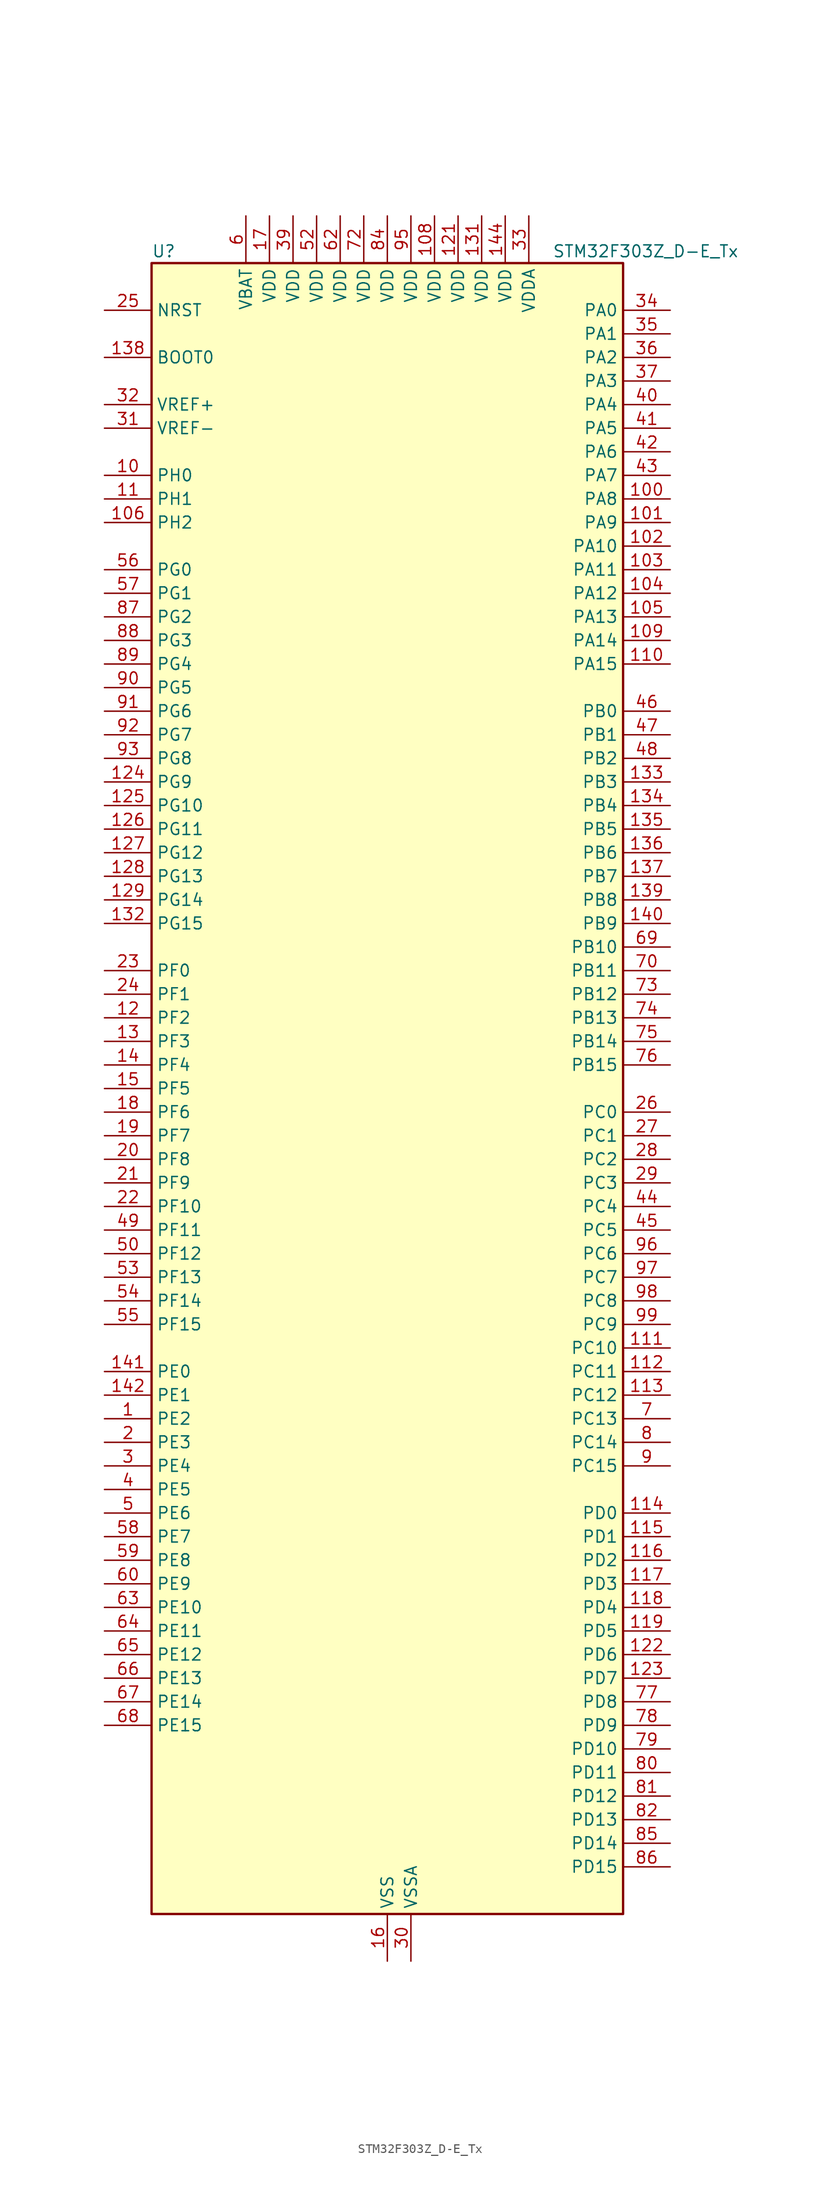
<source format=kicad_sym>
(kicad_symbol_lib
  (version 20241209)
  (generator "kicad_symbol_editor")
  (generator_version "9.0")
  (symbol "STM32F303Z_D-E_Tx"
    (property "Reference" "U"
      (at -25.4 90.17 0)
      (effects (font (size 1.27 1.27)) (justify left)))
    (property "Value" "STM32F303Z_D-E_Tx"
      (at 17.78 90.17 0)
      (effects (font (size 1.27 1.27)) (justify left)))
    (symbol "STM32F303Z_D-E_Tx_0_1"
      (rectangle (start -25.4 -88.9) (end 25.4 88.9) (stroke (width 0.254) (type default)) (fill (type background))))
    (symbol "STM32F303Z_D-E_Tx_1_1"
      (pin input line (at -30.48 83.82 0) (length 5.08) (name "NRST" (effects (font (size 1.27 1.27)))) (number "25" (effects (font (size 1.27 1.27)))))
      (pin input line (at -30.48 78.74 0) (length 5.08) (name "BOOT0" (effects (font (size 1.27 1.27)))) (number "138" (effects (font (size 1.27 1.27)))))
      (pin input line (at -30.48 73.66 0) (length 5.08) (name "VREF+" (effects (font (size 1.27 1.27)))) (number "32" (effects (font (size 1.27 1.27)))))
      (pin input line (at -30.48 71.12 0) (length 5.08) (name "VREF-" (effects (font (size 1.27 1.27)))) (number "31" (effects (font (size 1.27 1.27)))))
      (pin bidirectional line (at -30.48 66.04 0) (length 5.08) (name "PH0" (effects (font (size 1.27 1.27)))) (number "10" (effects (font (size 1.27 1.27)))) (alternate "FMC_A0" bidirectional line) (alternate "TIM20_CH1" bidirectional line))
      (pin bidirectional line (at -30.48 63.5 0) (length 5.08) (name "PH1" (effects (font (size 1.27 1.27)))) (number "11" (effects (font (size 1.27 1.27)))) (alternate "FMC_A1" bidirectional line) (alternate "TIM20_CH2" bidirectional line))
      (pin bidirectional line (at -30.48 60.96 0) (length 5.08) (name "PH2" (effects (font (size 1.27 1.27)))) (number "106" (effects (font (size 1.27 1.27)))) (alternate "ADC3_EXTI2" bidirectional line) (alternate "ADC4_EXTI2" bidirectional line))
      (pin bidirectional line (at -30.48 55.88 0) (length 5.08) (name "PG0" (effects (font (size 1.27 1.27)))) (number "56" (effects (font (size 1.27 1.27)))) (alternate "FMC_A10" bidirectional line) (alternate "TIM20_CH1N" bidirectional line))
      (pin bidirectional line (at -30.48 53.34 0) (length 5.08) (name "PG1" (effects (font (size 1.27 1.27)))) (number "57" (effects (font (size 1.27 1.27)))) (alternate "FMC_A11" bidirectional line) (alternate "TIM20_CH2N" bidirectional line))
      (pin bidirectional line (at -30.48 50.8 0) (length 5.08) (name "PG2" (effects (font (size 1.27 1.27)))) (number "87" (effects (font (size 1.27 1.27)))) (alternate "ADC3_EXTI2" bidirectional line) (alternate "ADC4_EXTI2" bidirectional line) (alternate "FMC_A12" bidirectional line) (alternate "TIM20_CH3N" bidirectional line))
      (pin bidirectional line (at -30.48 48.26 0) (length 5.08) (name "PG3" (effects (font (size 1.27 1.27)))) (number "88" (effects (font (size 1.27 1.27)))) (alternate "FMC_A13" bidirectional line) (alternate "TIM20_BKIN" bidirectional line))
      (pin bidirectional line (at -30.48 45.72 0) (length 5.08) (name "PG4" (effects (font (size 1.27 1.27)))) (number "89" (effects (font (size 1.27 1.27)))) (alternate "FMC_A14" bidirectional line) (alternate "TIM20_BKIN2" bidirectional line))
      (pin bidirectional line (at -30.48 43.18 0) (length 5.08) (name "PG5" (effects (font (size 1.27 1.27)))) (number "90" (effects (font (size 1.27 1.27)))) (alternate "FMC_A15" bidirectional line) (alternate "TIM20_ETR" bidirectional line))
      (pin bidirectional line (at -30.48 40.64 0) (length 5.08) (name "PG6" (effects (font (size 1.27 1.27)))) (number "91" (effects (font (size 1.27 1.27)))) (alternate "FMC_INT2" bidirectional line))
      (pin bidirectional line (at -30.48 38.1 0) (length 5.08) (name "PG7" (effects (font (size 1.27 1.27)))) (number "92" (effects (font (size 1.27 1.27)))) (alternate "FMC_INT3" bidirectional line))
      (pin bidirectional line (at -30.48 35.56 0) (length 5.08) (name "PG8" (effects (font (size 1.27 1.27)))) (number "93" (effects (font (size 1.27 1.27)))))
      (pin bidirectional line (at -30.48 33.02 0) (length 5.08) (name "PG9" (effects (font (size 1.27 1.27)))) (number "124" (effects (font (size 1.27 1.27)))) (alternate "DAC1_EXTI9" bidirectional line) (alternate "FMC_NCE3" bidirectional line) (alternate "FMC_NE2" bidirectional line))
      (pin bidirectional line (at -30.48 30.48 0) (length 5.08) (name "PG10" (effects (font (size 1.27 1.27)))) (number "125" (effects (font (size 1.27 1.27)))) (alternate "FMC_NCE4_1" bidirectional line) (alternate "FMC_NE3" bidirectional line))
      (pin bidirectional line (at -30.48 27.94 0) (length 5.08) (name "PG11" (effects (font (size 1.27 1.27)))) (number "126" (effects (font (size 1.27 1.27)))) (alternate "ADC1_EXTI11" bidirectional line) (alternate "ADC2_EXTI11" bidirectional line) (alternate "FMC_NCE4_2" bidirectional line))
      (pin bidirectional line (at -30.48 25.4 0) (length 5.08) (name "PG12" (effects (font (size 1.27 1.27)))) (number "127" (effects (font (size 1.27 1.27)))) (alternate "FMC_NE4" bidirectional line))
      (pin bidirectional line (at -30.48 22.86 0) (length 5.08) (name "PG13" (effects (font (size 1.27 1.27)))) (number "128" (effects (font (size 1.27 1.27)))) (alternate "FMC_A24" bidirectional line))
      (pin bidirectional line (at -30.48 20.32 0) (length 5.08) (name "PG14" (effects (font (size 1.27 1.27)))) (number "129" (effects (font (size 1.27 1.27)))) (alternate "FMC_A25" bidirectional line))
      (pin bidirectional line (at -30.48 17.78 0) (length 5.08) (name "PG15" (effects (font (size 1.27 1.27)))) (number "132" (effects (font (size 1.27 1.27)))) (alternate "ADC1_EXTI15" bidirectional line) (alternate "ADC2_EXTI15" bidirectional line) (alternate "ADC3_EXTI15" bidirectional line) (alternate "ADC4_EXTI15" bidirectional line))
      (pin bidirectional line (at -30.48 12.7 0) (length 5.08) (name "PF0" (effects (font (size 1.27 1.27)))) (number "23" (effects (font (size 1.27 1.27)))) (alternate "I2C2_SDA" bidirectional line) (alternate "I2S2_WS" bidirectional line) (alternate "RCC_OSC_IN" bidirectional line) (alternate "SPI2_NSS" bidirectional line) (alternate "TIM1_CH3N" bidirectional line))
      (pin bidirectional line (at -30.48 10.16 0) (length 5.08) (name "PF1" (effects (font (size 1.27 1.27)))) (number "24" (effects (font (size 1.27 1.27)))) (alternate "I2C2_SCL" bidirectional line) (alternate "I2S2_CK" bidirectional line) (alternate "RCC_OSC_OUT" bidirectional line) (alternate "SPI2_SCK" bidirectional line))
      (pin bidirectional line (at -30.48 7.62 0) (length 5.08) (name "PF2" (effects (font (size 1.27 1.27)))) (number "12" (effects (font (size 1.27 1.27)))) (alternate "ADC1_IN10" bidirectional line) (alternate "ADC2_IN10" bidirectional line) (alternate "ADC3_EXTI2" bidirectional line) (alternate "ADC4_EXTI2" bidirectional line) (alternate "FMC_A2" bidirectional line) (alternate "TIM20_CH3" bidirectional line))
      (pin bidirectional line (at -30.48 5.08 0) (length 5.08) (name "PF3" (effects (font (size 1.27 1.27)))) (number "13" (effects (font (size 1.27 1.27)))) (alternate "FMC_A3" bidirectional line) (alternate "TIM20_CH4" bidirectional line))
      (pin bidirectional line (at -30.48 2.54 0) (length 5.08) (name "PF4" (effects (font (size 1.27 1.27)))) (number "14" (effects (font (size 1.27 1.27)))) (alternate "ADC1_IN5" bidirectional line) (alternate "COMP1_OUT" bidirectional line) (alternate "FMC_A4" bidirectional line) (alternate "TIM20_CH1N" bidirectional line))
      (pin bidirectional line (at -30.48 0 0) (length 5.08) (name "PF5" (effects (font (size 1.27 1.27)))) (number "15" (effects (font (size 1.27 1.27)))) (alternate "FMC_A5" bidirectional line) (alternate "TIM20_CH2N" bidirectional line))
      (pin bidirectional line (at -30.48 -2.54 0) (length 5.08) (name "PF6" (effects (font (size 1.27 1.27)))) (number "18" (effects (font (size 1.27 1.27)))) (alternate "FMC_NIORD" bidirectional line) (alternate "I2C2_SCL" bidirectional line) (alternate "TIM4_CH4" bidirectional line) (alternate "USART3_DE" bidirectional line) (alternate "USART3_RTS" bidirectional line))
      (pin bidirectional line (at -30.48 -5.08 0) (length 5.08) (name "PF7" (effects (font (size 1.27 1.27)))) (number "19" (effects (font (size 1.27 1.27)))) (alternate "FMC_NREG" bidirectional line) (alternate "TIM20_BKIN" bidirectional line))
      (pin bidirectional line (at -30.48 -7.62 0) (length 5.08) (name "PF8" (effects (font (size 1.27 1.27)))) (number "20" (effects (font (size 1.27 1.27)))) (alternate "FMC_NIOWR" bidirectional line) (alternate "TIM20_BKIN2" bidirectional line))
      (pin bidirectional line (at -30.48 -10.16 0) (length 5.08) (name "PF9" (effects (font (size 1.27 1.27)))) (number "21" (effects (font (size 1.27 1.27)))) (alternate "DAC1_EXTI9" bidirectional line) (alternate "FMC_CD" bidirectional line) (alternate "SPI2_SCK" bidirectional line) (alternate "TIM15_CH1" bidirectional line) (alternate "TIM20_BKIN" bidirectional line))
      (pin bidirectional line (at -30.48 -12.7 0) (length 5.08) (name "PF10" (effects (font (size 1.27 1.27)))) (number "22" (effects (font (size 1.27 1.27)))) (alternate "FMC_INTR" bidirectional line) (alternate "SPI2_SCK" bidirectional line) (alternate "TIM15_CH2" bidirectional line) (alternate "TIM20_BKIN2" bidirectional line))
      (pin bidirectional line (at -30.48 -15.24 0) (length 5.08) (name "PF11" (effects (font (size 1.27 1.27)))) (number "49" (effects (font (size 1.27 1.27)))) (alternate "ADC1_EXTI11" bidirectional line) (alternate "ADC2_EXTI11" bidirectional line) (alternate "TIM20_ETR" bidirectional line))
      (pin bidirectional line (at -30.48 -17.78 0) (length 5.08) (name "PF12" (effects (font (size 1.27 1.27)))) (number "50" (effects (font (size 1.27 1.27)))) (alternate "FMC_A6" bidirectional line) (alternate "TIM20_CH1" bidirectional line))
      (pin bidirectional line (at -30.48 -20.32 0) (length 5.08) (name "PF13" (effects (font (size 1.27 1.27)))) (number "53" (effects (font (size 1.27 1.27)))) (alternate "FMC_A7" bidirectional line) (alternate "TIM20_CH2" bidirectional line))
      (pin bidirectional line (at -30.48 -22.86 0) (length 5.08) (name "PF14" (effects (font (size 1.27 1.27)))) (number "54" (effects (font (size 1.27 1.27)))) (alternate "FMC_A8" bidirectional line) (alternate "TIM20_CH3" bidirectional line))
      (pin bidirectional line (at -30.48 -25.4 0) (length 5.08) (name "PF15" (effects (font (size 1.27 1.27)))) (number "55" (effects (font (size 1.27 1.27)))) (alternate "ADC1_EXTI15" bidirectional line) (alternate "ADC2_EXTI15" bidirectional line) (alternate "ADC3_EXTI15" bidirectional line) (alternate "ADC4_EXTI15" bidirectional line) (alternate "FMC_A9" bidirectional line) (alternate "TIM20_CH4" bidirectional line))
      (pin bidirectional line (at -30.48 -30.48 0) (length 5.08) (name "PE0" (effects (font (size 1.27 1.27)))) (number "141" (effects (font (size 1.27 1.27)))) (alternate "FMC_NBL0" bidirectional line) (alternate "TIM16_CH1" bidirectional line) (alternate "TIM20_ETR" bidirectional line) (alternate "TIM4_ETR" bidirectional line) (alternate "USART1_TX" bidirectional line))
      (pin bidirectional line (at -30.48 -33.02 0) (length 5.08) (name "PE1" (effects (font (size 1.27 1.27)))) (number "142" (effects (font (size 1.27 1.27)))) (alternate "FMC_NBL1" bidirectional line) (alternate "TIM17_CH1" bidirectional line) (alternate "TIM20_CH4" bidirectional line) (alternate "USART1_RX" bidirectional line))
      (pin bidirectional line (at -30.48 -35.56 0) (length 5.08) (name "PE2" (effects (font (size 1.27 1.27)))) (number "1" (effects (font (size 1.27 1.27)))) (alternate "ADC3_EXTI2" bidirectional line) (alternate "ADC4_EXTI2" bidirectional line) (alternate "FMC_A23" bidirectional line) (alternate "SPI4_SCK" bidirectional line) (alternate "SYS_TRACECK" bidirectional line) (alternate "TIM20_CH1" bidirectional line) (alternate "TIM3_CH1" bidirectional line) (alternate "TSC_G7_IO1" bidirectional line))
      (pin bidirectional line (at -30.48 -38.1 0) (length 5.08) (name "PE3" (effects (font (size 1.27 1.27)))) (number "2" (effects (font (size 1.27 1.27)))) (alternate "FMC_A19" bidirectional line) (alternate "SPI4_NSS" bidirectional line) (alternate "SYS_TRACED0" bidirectional line) (alternate "TIM20_CH2" bidirectional line) (alternate "TIM3_CH2" bidirectional line) (alternate "TSC_G7_IO2" bidirectional line))
      (pin bidirectional line (at -30.48 -40.64 0) (length 5.08) (name "PE4" (effects (font (size 1.27 1.27)))) (number "3" (effects (font (size 1.27 1.27)))) (alternate "FMC_A20" bidirectional line) (alternate "SPI4_NSS" bidirectional line) (alternate "SYS_TRACED1" bidirectional line) (alternate "TIM20_CH1N" bidirectional line) (alternate "TIM3_CH3" bidirectional line) (alternate "TSC_G7_IO3" bidirectional line))
      (pin bidirectional line (at -30.48 -43.18 0) (length 5.08) (name "PE5" (effects (font (size 1.27 1.27)))) (number "4" (effects (font (size 1.27 1.27)))) (alternate "FMC_A21" bidirectional line) (alternate "SPI4_MISO" bidirectional line) (alternate "SYS_TRACED2" bidirectional line) (alternate "TIM20_CH2N" bidirectional line) (alternate "TIM3_CH4" bidirectional line) (alternate "TSC_G7_IO4" bidirectional line))
      (pin bidirectional line (at -30.48 -45.72 0) (length 5.08) (name "PE6" (effects (font (size 1.27 1.27)))) (number "5" (effects (font (size 1.27 1.27)))) (alternate "FMC_A22" bidirectional line) (alternate "RTC_TAMP3" bidirectional line) (alternate "SPI4_MOSI" bidirectional line) (alternate "SYS_TRACED3" bidirectional line) (alternate "SYS_WKUP3" bidirectional line) (alternate "TIM20_CH3N" bidirectional line))
      (pin bidirectional line (at -30.48 -48.26 0) (length 5.08) (name "PE7" (effects (font (size 1.27 1.27)))) (number "58" (effects (font (size 1.27 1.27)))) (alternate "ADC3_IN13" bidirectional line) (alternate "FMC_D4" bidirectional line) (alternate "FMC_DA4" bidirectional line) (alternate "TIM1_ETR" bidirectional line))
      (pin bidirectional line (at -30.48 -50.8 0) (length 5.08) (name "PE8" (effects (font (size 1.27 1.27)))) (number "59" (effects (font (size 1.27 1.27)))) (alternate "ADC3_IN6" bidirectional line) (alternate "ADC4_IN6" bidirectional line) (alternate "COMP4_INM" bidirectional line) (alternate "FMC_D5" bidirectional line) (alternate "FMC_DA5" bidirectional line) (alternate "TIM1_CH1N" bidirectional line))
      (pin bidirectional line (at -30.48 -53.34 0) (length 5.08) (name "PE9" (effects (font (size 1.27 1.27)))) (number "60" (effects (font (size 1.27 1.27)))) (alternate "ADC3_IN2" bidirectional line) (alternate "DAC1_EXTI9" bidirectional line) (alternate "FMC_D6" bidirectional line) (alternate "FMC_DA6" bidirectional line) (alternate "TIM1_CH1" bidirectional line))
      (pin bidirectional line (at -30.48 -55.88 0) (length 5.08) (name "PE10" (effects (font (size 1.27 1.27)))) (number "63" (effects (font (size 1.27 1.27)))) (alternate "ADC3_IN14" bidirectional line) (alternate "FMC_D7" bidirectional line) (alternate "FMC_DA7" bidirectional line) (alternate "TIM1_CH2N" bidirectional line))
      (pin bidirectional line (at -30.48 -58.42 0) (length 5.08) (name "PE11" (effects (font (size 1.27 1.27)))) (number "64" (effects (font (size 1.27 1.27)))) (alternate "ADC1_EXTI11" bidirectional line) (alternate "ADC2_EXTI11" bidirectional line) (alternate "ADC3_IN15" bidirectional line) (alternate "FMC_D8" bidirectional line) (alternate "FMC_DA8" bidirectional line) (alternate "SPI4_NSS" bidirectional line) (alternate "TIM1_CH2" bidirectional line))
      (pin bidirectional line (at -30.48 -60.96 0) (length 5.08) (name "PE12" (effects (font (size 1.27 1.27)))) (number "65" (effects (font (size 1.27 1.27)))) (alternate "ADC3_IN16" bidirectional line) (alternate "FMC_D9" bidirectional line) (alternate "FMC_DA9" bidirectional line) (alternate "SPI4_SCK" bidirectional line) (alternate "TIM1_CH3N" bidirectional line))
      (pin bidirectional line (at -30.48 -63.5 0) (length 5.08) (name "PE13" (effects (font (size 1.27 1.27)))) (number "66" (effects (font (size 1.27 1.27)))) (alternate "ADC3_IN3" bidirectional line) (alternate "FMC_D10" bidirectional line) (alternate "FMC_DA10" bidirectional line) (alternate "SPI4_MISO" bidirectional line) (alternate "TIM1_CH3" bidirectional line))
      (pin bidirectional line (at -30.48 -66.04 0) (length 5.08) (name "PE14" (effects (font (size 1.27 1.27)))) (number "67" (effects (font (size 1.27 1.27)))) (alternate "ADC4_IN1" bidirectional line) (alternate "FMC_D11" bidirectional line) (alternate "FMC_DA11" bidirectional line) (alternate "SPI4_MOSI" bidirectional line) (alternate "TIM1_BKIN2" bidirectional line) (alternate "TIM1_CH4" bidirectional line))
      (pin bidirectional line (at -30.48 -68.58 0) (length 5.08) (name "PE15" (effects (font (size 1.27 1.27)))) (number "68" (effects (font (size 1.27 1.27)))) (alternate "ADC1_EXTI15" bidirectional line) (alternate "ADC2_EXTI15" bidirectional line) (alternate "ADC3_EXTI15" bidirectional line) (alternate "ADC4_EXTI15" bidirectional line) (alternate "ADC4_IN2" bidirectional line) (alternate "FMC_D12" bidirectional line) (alternate "FMC_DA12" bidirectional line) (alternate "TIM1_BKIN" bidirectional line) (alternate "USART3_RX" bidirectional line))
      (pin power_in line (at -15.24 93.98 270) (length 5.08) (name "VBAT" (effects (font (size 1.27 1.27)))) (number "6" (effects (font (size 1.27 1.27)))))
      (pin power_in line (at -12.7 93.98 270) (length 5.08) (name "VDD" (effects (font (size 1.27 1.27)))) (number "17" (effects (font (size 1.27 1.27)))))
      (pin power_in line (at -10.16 93.98 270) (length 5.08) (name "VDD" (effects (font (size 1.27 1.27)))) (number "39" (effects (font (size 1.27 1.27)))))
      (pin power_in line (at -7.62 93.98 270) (length 5.08) (name "VDD" (effects (font (size 1.27 1.27)))) (number "52" (effects (font (size 1.27 1.27)))))
      (pin power_in line (at -5.08 93.98 270) (length 5.08) (name "VDD" (effects (font (size 1.27 1.27)))) (number "62" (effects (font (size 1.27 1.27)))))
      (pin power_in line (at -2.54 93.98 270) (length 5.08) (name "VDD" (effects (font (size 1.27 1.27)))) (number "72" (effects (font (size 1.27 1.27)))))
      (pin power_in line (at 0 93.98 270) (length 5.08) (name "VDD" (effects (font (size 1.27 1.27)))) (number "84" (effects (font (size 1.27 1.27)))))
      (pin passive line (at 0 -93.98 90) (length 5.08) (hide yes) (name "VSS" (effects (font (size 1.27 1.27)))) (number "107" (effects (font (size 1.27 1.27)))))
      (pin passive line (at 0 -93.98 90) (length 5.08) (hide yes) (name "VSS" (effects (font (size 1.27 1.27)))) (number "120" (effects (font (size 1.27 1.27)))))
      (pin passive line (at 0 -93.98 90) (length 5.08) (hide yes) (name "VSS" (effects (font (size 1.27 1.27)))) (number "130" (effects (font (size 1.27 1.27)))))
      (pin passive line (at 0 -93.98 90) (length 5.08) (hide yes) (name "VSS" (effects (font (size 1.27 1.27)))) (number "143" (effects (font (size 1.27 1.27)))))
      (pin power_in line (at 0 -93.98 90) (length 5.08) (name "VSS" (effects (font (size 1.27 1.27)))) (number "16" (effects (font (size 1.27 1.27)))))
      (pin passive line (at 0 -93.98 90) (length 5.08) (hide yes) (name "VSS" (effects (font (size 1.27 1.27)))) (number "38" (effects (font (size 1.27 1.27)))))
      (pin passive line (at 0 -93.98 90) (length 5.08) (hide yes) (name "VSS" (effects (font (size 1.27 1.27)))) (number "51" (effects (font (size 1.27 1.27)))))
      (pin passive line (at 0 -93.98 90) (length 5.08) (hide yes) (name "VSS" (effects (font (size 1.27 1.27)))) (number "61" (effects (font (size 1.27 1.27)))))
      (pin passive line (at 0 -93.98 90) (length 5.08) (hide yes) (name "VSS" (effects (font (size 1.27 1.27)))) (number "71" (effects (font (size 1.27 1.27)))))
      (pin passive line (at 0 -93.98 90) (length 5.08) (hide yes) (name "VSS" (effects (font (size 1.27 1.27)))) (number "83" (effects (font (size 1.27 1.27)))))
      (pin passive line (at 0 -93.98 90) (length 5.08) (hide yes) (name "VSS" (effects (font (size 1.27 1.27)))) (number "94" (effects (font (size 1.27 1.27)))))
      (pin power_in line (at 2.54 93.98 270) (length 5.08) (name "VDD" (effects (font (size 1.27 1.27)))) (number "95" (effects (font (size 1.27 1.27)))))
      (pin power_in line (at 2.54 -93.98 90) (length 5.08) (name "VSSA" (effects (font (size 1.27 1.27)))) (number "30" (effects (font (size 1.27 1.27)))))
      (pin power_in line (at 5.08 93.98 270) (length 5.08) (name "VDD" (effects (font (size 1.27 1.27)))) (number "108" (effects (font (size 1.27 1.27)))))
      (pin power_in line (at 7.62 93.98 270) (length 5.08) (name "VDD" (effects (font (size 1.27 1.27)))) (number "121" (effects (font (size 1.27 1.27)))))
      (pin power_in line (at 10.16 93.98 270) (length 5.08) (name "VDD" (effects (font (size 1.27 1.27)))) (number "131" (effects (font (size 1.27 1.27)))))
      (pin power_in line (at 12.7 93.98 270) (length 5.08) (name "VDD" (effects (font (size 1.27 1.27)))) (number "144" (effects (font (size 1.27 1.27)))))
      (pin power_in line (at 15.24 93.98 270) (length 5.08) (name "VDDA" (effects (font (size 1.27 1.27)))) (number "33" (effects (font (size 1.27 1.27)))))
      (pin bidirectional line (at 30.48 83.82 180) (length 5.08) (name "PA0" (effects (font (size 1.27 1.27)))) (number "34" (effects (font (size 1.27 1.27)))) (alternate "ADC1_IN1" bidirectional line) (alternate "COMP1_INM" bidirectional line) (alternate "COMP1_OUT" bidirectional line) (alternate "RTC_TAMP2" bidirectional line) (alternate "SYS_WKUP1" bidirectional line) (alternate "TIM2_CH1" bidirectional line) (alternate "TIM2_ETR" bidirectional line) (alternate "TIM8_BKIN" bidirectional line) (alternate "TIM8_ETR" bidirectional line) (alternate "TSC_G1_IO1" bidirectional line) (alternate "USART2_CTS" bidirectional line))
      (pin bidirectional line (at 30.48 81.28 180) (length 5.08) (name "PA1" (effects (font (size 1.27 1.27)))) (number "35" (effects (font (size 1.27 1.27)))) (alternate "ADC1_IN2" bidirectional line) (alternate "COMP1_INP" bidirectional line) (alternate "OPAMP1_VINP" bidirectional line) (alternate "OPAMP1_VINP_SEC" bidirectional line) (alternate "OPAMP3_VINP" bidirectional line) (alternate "OPAMP3_VINP_SEC" bidirectional line) (alternate "RTC_REFIN" bidirectional line) (alternate "TIM15_CH1N" bidirectional line) (alternate "TIM2_CH2" bidirectional line) (alternate "TSC_G1_IO2" bidirectional line) (alternate "USART2_DE" bidirectional line) (alternate "USART2_RTS" bidirectional line))
      (pin bidirectional line (at 30.48 78.74 180) (length 5.08) (name "PA2" (effects (font (size 1.27 1.27)))) (number "36" (effects (font (size 1.27 1.27)))) (alternate "ADC1_IN3" bidirectional line) (alternate "ADC3_EXTI2" bidirectional line) (alternate "ADC4_EXTI2" bidirectional line) (alternate "COMP2_INM" bidirectional line) (alternate "COMP2_OUT" bidirectional line) (alternate "OPAMP1_VOUT" bidirectional line) (alternate "TIM15_CH1" bidirectional line) (alternate "TIM2_CH3" bidirectional line) (alternate "TSC_G1_IO3" bidirectional line) (alternate "USART2_TX" bidirectional line))
      (pin bidirectional line (at 30.48 76.2 180) (length 5.08) (name "PA3" (effects (font (size 1.27 1.27)))) (number "37" (effects (font (size 1.27 1.27)))) (alternate "ADC1_IN4" bidirectional line) (alternate "OPAMP1_VINM" bidirectional line) (alternate "OPAMP1_VINM_SEC" bidirectional line) (alternate "OPAMP1_VINP" bidirectional line) (alternate "OPAMP1_VINP_SEC" bidirectional line) (alternate "TIM15_CH2" bidirectional line) (alternate "TIM2_CH4" bidirectional line) (alternate "TSC_G1_IO4" bidirectional line) (alternate "USART2_RX" bidirectional line))
      (pin bidirectional line (at 30.48 73.66 180) (length 5.08) (name "PA4" (effects (font (size 1.27 1.27)))) (number "40" (effects (font (size 1.27 1.27)))) (alternate "ADC2_IN1" bidirectional line) (alternate "COMP1_INM" bidirectional line) (alternate "COMP2_INM" bidirectional line) (alternate "COMP3_INM" bidirectional line) (alternate "COMP4_INM" bidirectional line) (alternate "COMP5_INM" bidirectional line) (alternate "COMP6_INM" bidirectional line) (alternate "COMP7_INM" bidirectional line) (alternate "DAC1_OUT1" bidirectional line) (alternate "I2S3_WS" bidirectional line) (alternate "OPAMP4_VINP" bidirectional line) (alternate "OPAMP4_VINP_SEC" bidirectional line) (alternate "SPI1_NSS" bidirectional line) (alternate "SPI3_NSS" bidirectional line) (alternate "TIM3_CH2" bidirectional line) (alternate "TSC_G2_IO1" bidirectional line) (alternate "USART2_CK" bidirectional line))
      (pin bidirectional line (at 30.48 71.12 180) (length 5.08) (name "PA5" (effects (font (size 1.27 1.27)))) (number "41" (effects (font (size 1.27 1.27)))) (alternate "ADC2_IN2" bidirectional line) (alternate "COMP1_INM" bidirectional line) (alternate "COMP2_INM" bidirectional line) (alternate "COMP3_INM" bidirectional line) (alternate "COMP4_INM" bidirectional line) (alternate "COMP5_INM" bidirectional line) (alternate "COMP6_INM" bidirectional line) (alternate "COMP7_INM" bidirectional line) (alternate "DAC1_OUT2" bidirectional line) (alternate "OPAMP1_VINP" bidirectional line) (alternate "OPAMP1_VINP_SEC" bidirectional line) (alternate "OPAMP2_VINM" bidirectional line) (alternate "OPAMP2_VINM_SEC" bidirectional line) (alternate "OPAMP3_VINP" bidirectional line) (alternate "OPAMP3_VINP_SEC" bidirectional line) (alternate "SPI1_SCK" bidirectional line) (alternate "TIM2_CH1" bidirectional line) (alternate "TIM2_ETR" bidirectional line) (alternate "TSC_G2_IO2" bidirectional line))
      (pin bidirectional line (at 30.48 68.58 180) (length 5.08) (name "PA6" (effects (font (size 1.27 1.27)))) (number "42" (effects (font (size 1.27 1.27)))) (alternate "ADC2_IN3" bidirectional line) (alternate "COMP1_OUT" bidirectional line) (alternate "OPAMP2_VOUT" bidirectional line) (alternate "SPI1_MISO" bidirectional line) (alternate "TIM16_CH1" bidirectional line) (alternate "TIM1_BKIN" bidirectional line) (alternate "TIM3_CH1" bidirectional line) (alternate "TIM8_BKIN" bidirectional line) (alternate "TSC_G2_IO3" bidirectional line))
      (pin bidirectional line (at 30.48 66.04 180) (length 5.08) (name "PA7" (effects (font (size 1.27 1.27)))) (number "43" (effects (font (size 1.27 1.27)))) (alternate "ADC2_IN4" bidirectional line) (alternate "COMP2_INP" bidirectional line) (alternate "OPAMP1_VINP" bidirectional line) (alternate "OPAMP1_VINP_SEC" bidirectional line) (alternate "OPAMP2_VINP" bidirectional line) (alternate "OPAMP2_VINP_SEC" bidirectional line) (alternate "SPI1_MOSI" bidirectional line) (alternate "TIM17_CH1" bidirectional line) (alternate "TIM1_CH1N" bidirectional line) (alternate "TIM3_CH2" bidirectional line) (alternate "TIM8_CH1N" bidirectional line) (alternate "TSC_G2_IO4" bidirectional line))
      (pin bidirectional line (at 30.48 63.5 180) (length 5.08) (name "PA8" (effects (font (size 1.27 1.27)))) (number "100" (effects (font (size 1.27 1.27)))) (alternate "COMP3_OUT" bidirectional line) (alternate "I2C2_SMBA" bidirectional line) (alternate "I2C3_SCL" bidirectional line) (alternate "I2S2_MCK" bidirectional line) (alternate "RCC_MCO" bidirectional line) (alternate "TIM1_CH1" bidirectional line) (alternate "TIM4_ETR" bidirectional line) (alternate "USART1_CK" bidirectional line))
      (pin bidirectional line (at 30.48 60.96 180) (length 5.08) (name "PA9" (effects (font (size 1.27 1.27)))) (number "101" (effects (font (size 1.27 1.27)))) (alternate "COMP5_OUT" bidirectional line) (alternate "DAC1_EXTI9" bidirectional line) (alternate "I2C2_SCL" bidirectional line) (alternate "I2C3_SMBA" bidirectional line) (alternate "I2S3_MCK" bidirectional line) (alternate "TIM15_BKIN" bidirectional line) (alternate "TIM1_CH2" bidirectional line) (alternate "TIM2_CH3" bidirectional line) (alternate "TSC_G4_IO1" bidirectional line) (alternate "USART1_TX" bidirectional line))
      (pin bidirectional line (at 30.48 58.42 180) (length 5.08) (name "PA10" (effects (font (size 1.27 1.27)))) (number "102" (effects (font (size 1.27 1.27)))) (alternate "COMP6_OUT" bidirectional line) (alternate "I2C2_SDA" bidirectional line) (alternate "I2S2_ext_SD" bidirectional line) (alternate "SPI2_MISO" bidirectional line) (alternate "TIM17_BKIN" bidirectional line) (alternate "TIM1_CH3" bidirectional line) (alternate "TIM2_CH4" bidirectional line) (alternate "TIM8_BKIN" bidirectional line) (alternate "TSC_G4_IO2" bidirectional line) (alternate "USART1_RX" bidirectional line))
      (pin bidirectional line (at 30.48 55.88 180) (length 5.08) (name "PA11" (effects (font (size 1.27 1.27)))) (number "103" (effects (font (size 1.27 1.27)))) (alternate "ADC1_EXTI11" bidirectional line) (alternate "ADC2_EXTI11" bidirectional line) (alternate "CAN_RX" bidirectional line) (alternate "COMP1_OUT" bidirectional line) (alternate "I2S2_SD" bidirectional line) (alternate "SPI2_MOSI" bidirectional line) (alternate "TIM1_BKIN2" bidirectional line) (alternate "TIM1_CH1N" bidirectional line) (alternate "TIM1_CH4" bidirectional line) (alternate "TIM4_CH1" bidirectional line) (alternate "USART1_CTS" bidirectional line) (alternate "USB_DM" bidirectional line))
      (pin bidirectional line (at 30.48 53.34 180) (length 5.08) (name "PA12" (effects (font (size 1.27 1.27)))) (number "104" (effects (font (size 1.27 1.27)))) (alternate "CAN_TX" bidirectional line) (alternate "COMP2_OUT" bidirectional line) (alternate "I2S_CKIN" bidirectional line) (alternate "TIM16_CH1" bidirectional line) (alternate "TIM1_CH2N" bidirectional line) (alternate "TIM1_ETR" bidirectional line) (alternate "TIM4_CH2" bidirectional line) (alternate "USART1_DE" bidirectional line) (alternate "USART1_RTS" bidirectional line) (alternate "USB_DP" bidirectional line))
      (pin bidirectional line (at 30.48 50.8 180) (length 5.08) (name "PA13" (effects (font (size 1.27 1.27)))) (number "105" (effects (font (size 1.27 1.27)))) (alternate "IR_OUT" bidirectional line) (alternate "SYS_JTMS-SWDIO" bidirectional line) (alternate "TIM16_CH1N" bidirectional line) (alternate "TIM4_CH3" bidirectional line) (alternate "TSC_G4_IO3" bidirectional line) (alternate "USART3_CTS" bidirectional line))
      (pin bidirectional line (at 30.48 48.26 180) (length 5.08) (name "PA14" (effects (font (size 1.27 1.27)))) (number "109" (effects (font (size 1.27 1.27)))) (alternate "I2C1_SDA" bidirectional line) (alternate "SYS_JTCK-SWCLK" bidirectional line) (alternate "TIM1_BKIN" bidirectional line) (alternate "TIM8_CH2" bidirectional line) (alternate "TSC_G4_IO4" bidirectional line) (alternate "USART2_TX" bidirectional line))
      (pin bidirectional line (at 30.48 45.72 180) (length 5.08) (name "PA15" (effects (font (size 1.27 1.27)))) (number "110" (effects (font (size 1.27 1.27)))) (alternate "ADC1_EXTI15" bidirectional line) (alternate "ADC2_EXTI15" bidirectional line) (alternate "ADC3_EXTI15" bidirectional line) (alternate "ADC4_EXTI15" bidirectional line) (alternate "I2C1_SCL" bidirectional line) (alternate "I2S3_WS" bidirectional line) (alternate "SPI1_NSS" bidirectional line) (alternate "SPI3_NSS" bidirectional line) (alternate "SYS_JTDI" bidirectional line) (alternate "TIM1_BKIN" bidirectional line) (alternate "TIM2_CH1" bidirectional line) (alternate "TIM2_ETR" bidirectional line) (alternate "TIM8_CH1" bidirectional line) (alternate "TSC_SYNC" bidirectional line) (alternate "USART2_RX" bidirectional line))
      (pin bidirectional line (at 30.48 40.64 180) (length 5.08) (name "PB0" (effects (font (size 1.27 1.27)))) (number "46" (effects (font (size 1.27 1.27)))) (alternate "ADC3_IN12" bidirectional line) (alternate "COMP4_INP" bidirectional line) (alternate "OPAMP2_VINP" bidirectional line) (alternate "OPAMP2_VINP_SEC" bidirectional line) (alternate "OPAMP3_VINP" bidirectional line) (alternate "OPAMP3_VINP_SEC" bidirectional line) (alternate "TIM1_CH2N" bidirectional line) (alternate "TIM3_CH3" bidirectional line) (alternate "TIM8_CH2N" bidirectional line) (alternate "TSC_G3_IO2" bidirectional line))
      (pin bidirectional line (at 30.48 38.1 180) (length 5.08) (name "PB1" (effects (font (size 1.27 1.27)))) (number "47" (effects (font (size 1.27 1.27)))) (alternate "ADC3_IN1" bidirectional line) (alternate "COMP4_OUT" bidirectional line) (alternate "OPAMP3_VOUT" bidirectional line) (alternate "TIM1_CH3N" bidirectional line) (alternate "TIM3_CH4" bidirectional line) (alternate "TIM8_CH3N" bidirectional line) (alternate "TSC_G3_IO3" bidirectional line))
      (pin bidirectional line (at 30.48 35.56 180) (length 5.08) (name "PB2" (effects (font (size 1.27 1.27)))) (number "48" (effects (font (size 1.27 1.27)))) (alternate "ADC2_IN12" bidirectional line) (alternate "ADC3_EXTI2" bidirectional line) (alternate "ADC4_EXTI2" bidirectional line) (alternate "COMP4_INM" bidirectional line) (alternate "OPAMP3_VINM" bidirectional line) (alternate "OPAMP3_VINM_SEC" bidirectional line) (alternate "TSC_G3_IO4" bidirectional line))
      (pin bidirectional line (at 30.48 33.02 180) (length 5.08) (name "PB3" (effects (font (size 1.27 1.27)))) (number "133" (effects (font (size 1.27 1.27)))) (alternate "I2S3_CK" bidirectional line) (alternate "SPI1_SCK" bidirectional line) (alternate "SPI3_SCK" bidirectional line) (alternate "SYS_JTDO-TRACESWO" bidirectional line) (alternate "TIM2_CH2" bidirectional line) (alternate "TIM3_ETR" bidirectional line) (alternate "TIM4_ETR" bidirectional line) (alternate "TIM8_CH1N" bidirectional line) (alternate "TSC_G5_IO1" bidirectional line) (alternate "USART2_TX" bidirectional line))
      (pin bidirectional line (at 30.48 30.48 180) (length 5.08) (name "PB4" (effects (font (size 1.27 1.27)))) (number "134" (effects (font (size 1.27 1.27)))) (alternate "I2S3_ext_SD" bidirectional line) (alternate "SPI1_MISO" bidirectional line) (alternate "SPI3_MISO" bidirectional line) (alternate "SYS_NJTRST" bidirectional line) (alternate "TIM16_CH1" bidirectional line) (alternate "TIM17_BKIN" bidirectional line) (alternate "TIM3_CH1" bidirectional line) (alternate "TIM8_CH2N" bidirectional line) (alternate "TSC_G5_IO2" bidirectional line) (alternate "USART2_RX" bidirectional line))
      (pin bidirectional line (at 30.48 27.94 180) (length 5.08) (name "PB5" (effects (font (size 1.27 1.27)))) (number "135" (effects (font (size 1.27 1.27)))) (alternate "I2C1_SMBA" bidirectional line) (alternate "I2C3_SDA" bidirectional line) (alternate "I2S3_SD" bidirectional line) (alternate "SPI1_MOSI" bidirectional line) (alternate "SPI3_MOSI" bidirectional line) (alternate "TIM16_BKIN" bidirectional line) (alternate "TIM17_CH1" bidirectional line) (alternate "TIM3_CH2" bidirectional line) (alternate "TIM8_CH3N" bidirectional line) (alternate "USART2_CK" bidirectional line))
      (pin bidirectional line (at 30.48 25.4 180) (length 5.08) (name "PB6" (effects (font (size 1.27 1.27)))) (number "136" (effects (font (size 1.27 1.27)))) (alternate "I2C1_SCL" bidirectional line) (alternate "TIM16_CH1N" bidirectional line) (alternate "TIM4_CH1" bidirectional line) (alternate "TIM8_BKIN2" bidirectional line) (alternate "TIM8_CH1" bidirectional line) (alternate "TIM8_ETR" bidirectional line) (alternate "TSC_G5_IO3" bidirectional line) (alternate "USART1_TX" bidirectional line))
      (pin bidirectional line (at 30.48 22.86 180) (length 5.08) (name "PB7" (effects (font (size 1.27 1.27)))) (number "137" (effects (font (size 1.27 1.27)))) (alternate "FMC_NL" bidirectional line) (alternate "I2C1_SDA" bidirectional line) (alternate "TIM17_CH1N" bidirectional line) (alternate "TIM3_CH4" bidirectional line) (alternate "TIM4_CH2" bidirectional line) (alternate "TIM8_BKIN" bidirectional line) (alternate "TSC_G5_IO4" bidirectional line) (alternate "USART1_RX" bidirectional line))
      (pin bidirectional line (at 30.48 20.32 180) (length 5.08) (name "PB8" (effects (font (size 1.27 1.27)))) (number "139" (effects (font (size 1.27 1.27)))) (alternate "CAN_RX" bidirectional line) (alternate "COMP1_OUT" bidirectional line) (alternate "I2C1_SCL" bidirectional line) (alternate "TIM16_CH1" bidirectional line) (alternate "TIM1_BKIN" bidirectional line) (alternate "TIM4_CH3" bidirectional line) (alternate "TIM8_CH2" bidirectional line) (alternate "TSC_SYNC" bidirectional line) (alternate "USART3_RX" bidirectional line))
      (pin bidirectional line (at 30.48 17.78 180) (length 5.08) (name "PB9" (effects (font (size 1.27 1.27)))) (number "140" (effects (font (size 1.27 1.27)))) (alternate "CAN_TX" bidirectional line) (alternate "COMP2_OUT" bidirectional line) (alternate "DAC1_EXTI9" bidirectional line) (alternate "I2C1_SDA" bidirectional line) (alternate "IR_OUT" bidirectional line) (alternate "TIM17_CH1" bidirectional line) (alternate "TIM4_CH4" bidirectional line) (alternate "TIM8_CH3" bidirectional line) (alternate "USART3_TX" bidirectional line))
      (pin bidirectional line (at 30.48 15.24 180) (length 5.08) (name "PB10" (effects (font (size 1.27 1.27)))) (number "69" (effects (font (size 1.27 1.27)))) (alternate "COMP5_INM" bidirectional line) (alternate "OPAMP3_VINM" bidirectional line) (alternate "OPAMP3_VINM_SEC" bidirectional line) (alternate "OPAMP4_VINM" bidirectional line) (alternate "OPAMP4_VINM_SEC" bidirectional line) (alternate "TIM2_CH3" bidirectional line) (alternate "TSC_SYNC" bidirectional line) (alternate "USART3_TX" bidirectional line))
      (pin bidirectional line (at 30.48 12.7 180) (length 5.08) (name "PB11" (effects (font (size 1.27 1.27)))) (number "70" (effects (font (size 1.27 1.27)))) (alternate "ADC1_EXTI11" bidirectional line) (alternate "ADC1_IN14" bidirectional line) (alternate "ADC2_EXTI11" bidirectional line) (alternate "ADC2_IN14" bidirectional line) (alternate "COMP6_INP" bidirectional line) (alternate "OPAMP4_VINP" bidirectional line) (alternate "OPAMP4_VINP_SEC" bidirectional line) (alternate "TIM2_CH4" bidirectional line) (alternate "TSC_G6_IO1" bidirectional line) (alternate "USART3_RX" bidirectional line))
      (pin bidirectional line (at 30.48 10.16 180) (length 5.08) (name "PB12" (effects (font (size 1.27 1.27)))) (number "73" (effects (font (size 1.27 1.27)))) (alternate "ADC4_IN3" bidirectional line) (alternate "COMP3_INM" bidirectional line) (alternate "I2C2_SMBA" bidirectional line) (alternate "I2S2_WS" bidirectional line) (alternate "OPAMP4_VOUT" bidirectional line) (alternate "SPI2_NSS" bidirectional line) (alternate "TIM1_BKIN" bidirectional line) (alternate "TSC_G6_IO2" bidirectional line) (alternate "USART3_CK" bidirectional line))
      (pin bidirectional line (at 30.48 7.62 180) (length 5.08) (name "PB13" (effects (font (size 1.27 1.27)))) (number "74" (effects (font (size 1.27 1.27)))) (alternate "ADC3_IN5" bidirectional line) (alternate "COMP5_INP" bidirectional line) (alternate "I2S2_CK" bidirectional line) (alternate "OPAMP3_VINP" bidirectional line) (alternate "OPAMP3_VINP_SEC" bidirectional line) (alternate "OPAMP4_VINP" bidirectional line) (alternate "OPAMP4_VINP_SEC" bidirectional line) (alternate "SPI2_SCK" bidirectional line) (alternate "TIM1_CH1N" bidirectional line) (alternate "TSC_G6_IO3" bidirectional line) (alternate "USART3_CTS" bidirectional line))
      (pin bidirectional line (at 30.48 5.08 180) (length 5.08) (name "PB14" (effects (font (size 1.27 1.27)))) (number "75" (effects (font (size 1.27 1.27)))) (alternate "ADC4_IN4" bidirectional line) (alternate "COMP3_INP" bidirectional line) (alternate "I2S2_ext_SD" bidirectional line) (alternate "OPAMP2_VINP" bidirectional line) (alternate "OPAMP2_VINP_SEC" bidirectional line) (alternate "SPI2_MISO" bidirectional line) (alternate "TIM15_CH1" bidirectional line) (alternate "TIM1_CH2N" bidirectional line) (alternate "TSC_G6_IO4" bidirectional line) (alternate "USART3_DE" bidirectional line) (alternate "USART3_RTS" bidirectional line))
      (pin bidirectional line (at 30.48 2.54 180) (length 5.08) (name "PB15" (effects (font (size 1.27 1.27)))) (number "76" (effects (font (size 1.27 1.27)))) (alternate "ADC1_EXTI15" bidirectional line) (alternate "ADC2_EXTI15" bidirectional line) (alternate "ADC3_EXTI15" bidirectional line) (alternate "ADC4_EXTI15" bidirectional line) (alternate "ADC4_IN5" bidirectional line) (alternate "COMP6_INM" bidirectional line) (alternate "I2S2_SD" bidirectional line) (alternate "RTC_REFIN" bidirectional line) (alternate "SPI2_MOSI" bidirectional line) (alternate "TIM15_CH1N" bidirectional line) (alternate "TIM15_CH2" bidirectional line) (alternate "TIM1_CH3N" bidirectional line))
      (pin bidirectional line (at 30.48 -2.54 180) (length 5.08) (name "PC0" (effects (font (size 1.27 1.27)))) (number "26" (effects (font (size 1.27 1.27)))) (alternate "ADC1_IN6" bidirectional line) (alternate "ADC2_IN6" bidirectional line) (alternate "COMP7_INM" bidirectional line) (alternate "TIM1_CH1" bidirectional line))
      (pin bidirectional line (at 30.48 -5.08 180) (length 5.08) (name "PC1" (effects (font (size 1.27 1.27)))) (number "27" (effects (font (size 1.27 1.27)))) (alternate "ADC1_IN7" bidirectional line) (alternate "ADC2_IN7" bidirectional line) (alternate "COMP7_INP" bidirectional line) (alternate "TIM1_CH2" bidirectional line))
      (pin bidirectional line (at 30.48 -7.62 180) (length 5.08) (name "PC2" (effects (font (size 1.27 1.27)))) (number "28" (effects (font (size 1.27 1.27)))) (alternate "ADC1_IN8" bidirectional line) (alternate "ADC2_IN8" bidirectional line) (alternate "ADC3_EXTI2" bidirectional line) (alternate "ADC4_EXTI2" bidirectional line) (alternate "COMP7_OUT" bidirectional line) (alternate "TIM1_CH3" bidirectional line))
      (pin bidirectional line (at 30.48 -10.16 180) (length 5.08) (name "PC3" (effects (font (size 1.27 1.27)))) (number "29" (effects (font (size 1.27 1.27)))) (alternate "ADC1_IN9" bidirectional line) (alternate "ADC2_IN9" bidirectional line) (alternate "TIM1_BKIN2" bidirectional line) (alternate "TIM1_CH4" bidirectional line))
      (pin bidirectional line (at 30.48 -12.7 180) (length 5.08) (name "PC4" (effects (font (size 1.27 1.27)))) (number "44" (effects (font (size 1.27 1.27)))) (alternate "ADC2_IN5" bidirectional line) (alternate "TIM1_ETR" bidirectional line) (alternate "USART1_TX" bidirectional line))
      (pin bidirectional line (at 30.48 -15.24 180) (length 5.08) (name "PC5" (effects (font (size 1.27 1.27)))) (number "45" (effects (font (size 1.27 1.27)))) (alternate "ADC2_IN11" bidirectional line) (alternate "OPAMP1_VINM" bidirectional line) (alternate "OPAMP1_VINM_SEC" bidirectional line) (alternate "OPAMP2_VINM" bidirectional line) (alternate "OPAMP2_VINM_SEC" bidirectional line) (alternate "TIM15_BKIN" bidirectional line) (alternate "TSC_G3_IO1" bidirectional line) (alternate "USART1_RX" bidirectional line))
      (pin bidirectional line (at 30.48 -17.78 180) (length 5.08) (name "PC6" (effects (font (size 1.27 1.27)))) (number "96" (effects (font (size 1.27 1.27)))) (alternate "COMP6_OUT" bidirectional line) (alternate "I2S2_MCK" bidirectional line) (alternate "TIM3_CH1" bidirectional line) (alternate "TIM8_CH1" bidirectional line))
      (pin bidirectional line (at 30.48 -20.32 180) (length 5.08) (name "PC7" (effects (font (size 1.27 1.27)))) (number "97" (effects (font (size 1.27 1.27)))) (alternate "COMP5_OUT" bidirectional line) (alternate "I2S3_MCK" bidirectional line) (alternate "TIM3_CH2" bidirectional line) (alternate "TIM8_CH2" bidirectional line))
      (pin bidirectional line (at 30.48 -22.86 180) (length 5.08) (name "PC8" (effects (font (size 1.27 1.27)))) (number "98" (effects (font (size 1.27 1.27)))) (alternate "COMP3_OUT" bidirectional line) (alternate "TIM3_CH3" bidirectional line) (alternate "TIM8_CH3" bidirectional line))
      (pin bidirectional line (at 30.48 -25.4 180) (length 5.08) (name "PC9" (effects (font (size 1.27 1.27)))) (number "99" (effects (font (size 1.27 1.27)))) (alternate "DAC1_EXTI9" bidirectional line) (alternate "I2C3_SDA" bidirectional line) (alternate "I2S_CKIN" bidirectional line) (alternate "TIM3_CH4" bidirectional line) (alternate "TIM8_BKIN2" bidirectional line) (alternate "TIM8_CH4" bidirectional line))
      (pin bidirectional line (at 30.48 -27.94 180) (length 5.08) (name "PC10" (effects (font (size 1.27 1.27)))) (number "111" (effects (font (size 1.27 1.27)))) (alternate "I2S3_CK" bidirectional line) (alternate "SPI3_SCK" bidirectional line) (alternate "TIM8_CH1N" bidirectional line) (alternate "UART4_TX" bidirectional line) (alternate "USART3_TX" bidirectional line))
      (pin bidirectional line (at 30.48 -30.48 180) (length 5.08) (name "PC11" (effects (font (size 1.27 1.27)))) (number "112" (effects (font (size 1.27 1.27)))) (alternate "ADC1_EXTI11" bidirectional line) (alternate "ADC2_EXTI11" bidirectional line) (alternate "I2S3_ext_SD" bidirectional line) (alternate "SPI3_MISO" bidirectional line) (alternate "TIM8_CH2N" bidirectional line) (alternate "UART4_RX" bidirectional line) (alternate "USART3_RX" bidirectional line))
      (pin bidirectional line (at 30.48 -33.02 180) (length 5.08) (name "PC12" (effects (font (size 1.27 1.27)))) (number "113" (effects (font (size 1.27 1.27)))) (alternate "I2S3_SD" bidirectional line) (alternate "SPI3_MOSI" bidirectional line) (alternate "TIM8_CH3N" bidirectional line) (alternate "UART5_TX" bidirectional line) (alternate "USART3_CK" bidirectional line))
      (pin bidirectional line (at 30.48 -35.56 180) (length 5.08) (name "PC13" (effects (font (size 1.27 1.27)))) (number "7" (effects (font (size 1.27 1.27)))) (alternate "RTC_OUT_ALARM" bidirectional line) (alternate "RTC_OUT_CALIB" bidirectional line) (alternate "RTC_TAMP1" bidirectional line) (alternate "RTC_TS" bidirectional line) (alternate "SYS_WKUP2" bidirectional line) (alternate "TIM1_CH1N" bidirectional line))
      (pin bidirectional line (at 30.48 -38.1 180) (length 5.08) (name "PC14" (effects (font (size 1.27 1.27)))) (number "8" (effects (font (size 1.27 1.27)))) (alternate "RCC_OSC32_IN" bidirectional line))
      (pin bidirectional line (at 30.48 -40.64 180) (length 5.08) (name "PC15" (effects (font (size 1.27 1.27)))) (number "9" (effects (font (size 1.27 1.27)))) (alternate "ADC1_EXTI15" bidirectional line) (alternate "ADC2_EXTI15" bidirectional line) (alternate "ADC3_EXTI15" bidirectional line) (alternate "ADC4_EXTI15" bidirectional line) (alternate "RCC_OSC32_OUT" bidirectional line))
      (pin bidirectional line (at 30.48 -45.72 180) (length 5.08) (name "PD0" (effects (font (size 1.27 1.27)))) (number "114" (effects (font (size 1.27 1.27)))) (alternate "CAN_RX" bidirectional line) (alternate "FMC_D2" bidirectional line) (alternate "FMC_DA2" bidirectional line))
      (pin bidirectional line (at 30.48 -48.26 180) (length 5.08) (name "PD1" (effects (font (size 1.27 1.27)))) (number "115" (effects (font (size 1.27 1.27)))) (alternate "CAN_TX" bidirectional line) (alternate "FMC_D3" bidirectional line) (alternate "FMC_DA3" bidirectional line) (alternate "TIM8_BKIN2" bidirectional line) (alternate "TIM8_CH4" bidirectional line))
      (pin bidirectional line (at 30.48 -50.8 180) (length 5.08) (name "PD2" (effects (font (size 1.27 1.27)))) (number "116" (effects (font (size 1.27 1.27)))) (alternate "ADC3_EXTI2" bidirectional line) (alternate "ADC4_EXTI2" bidirectional line) (alternate "TIM3_ETR" bidirectional line) (alternate "TIM8_BKIN" bidirectional line) (alternate "UART5_RX" bidirectional line))
      (pin bidirectional line (at 30.48 -53.34 180) (length 5.08) (name "PD3" (effects (font (size 1.27 1.27)))) (number "117" (effects (font (size 1.27 1.27)))) (alternate "FMC_CLK" bidirectional line) (alternate "TIM2_CH1" bidirectional line) (alternate "TIM2_ETR" bidirectional line) (alternate "USART2_CTS" bidirectional line))
      (pin bidirectional line (at 30.48 -55.88 180) (length 5.08) (name "PD4" (effects (font (size 1.27 1.27)))) (number "118" (effects (font (size 1.27 1.27)))) (alternate "FMC_NOE" bidirectional line) (alternate "TIM2_CH2" bidirectional line) (alternate "USART2_DE" bidirectional line) (alternate "USART2_RTS" bidirectional line))
      (pin bidirectional line (at 30.48 -58.42 180) (length 5.08) (name "PD5" (effects (font (size 1.27 1.27)))) (number "119" (effects (font (size 1.27 1.27)))) (alternate "FMC_NWE" bidirectional line) (alternate "USART2_TX" bidirectional line))
      (pin bidirectional line (at 30.48 -60.96 180) (length 5.08) (name "PD6" (effects (font (size 1.27 1.27)))) (number "122" (effects (font (size 1.27 1.27)))) (alternate "FMC_NWAIT" bidirectional line) (alternate "TIM2_CH4" bidirectional line) (alternate "USART2_RX" bidirectional line))
      (pin bidirectional line (at 30.48 -63.5 180) (length 5.08) (name "PD7" (effects (font (size 1.27 1.27)))) (number "123" (effects (font (size 1.27 1.27)))) (alternate "FMC_NCE2" bidirectional line) (alternate "FMC_NE1" bidirectional line) (alternate "TIM2_CH3" bidirectional line) (alternate "USART2_CK" bidirectional line))
      (pin bidirectional line (at 30.48 -66.04 180) (length 5.08) (name "PD8" (effects (font (size 1.27 1.27)))) (number "77" (effects (font (size 1.27 1.27)))) (alternate "ADC4_IN12" bidirectional line) (alternate "FMC_D13" bidirectional line) (alternate "FMC_DA13" bidirectional line) (alternate "OPAMP4_VINM" bidirectional line) (alternate "OPAMP4_VINM_SEC" bidirectional line) (alternate "USART3_TX" bidirectional line))
      (pin bidirectional line (at 30.48 -68.58 180) (length 5.08) (name "PD9" (effects (font (size 1.27 1.27)))) (number "78" (effects (font (size 1.27 1.27)))) (alternate "ADC4_IN13" bidirectional line) (alternate "DAC1_EXTI9" bidirectional line) (alternate "FMC_D14" bidirectional line) (alternate "FMC_DA14" bidirectional line) (alternate "USART3_RX" bidirectional line))
      (pin bidirectional line (at 30.48 -71.12 180) (length 5.08) (name "PD10" (effects (font (size 1.27 1.27)))) (number "79" (effects (font (size 1.27 1.27)))) (alternate "ADC3_IN7" bidirectional line) (alternate "ADC4_IN7" bidirectional line) (alternate "COMP6_INM" bidirectional line) (alternate "FMC_D15" bidirectional line) (alternate "FMC_DA15" bidirectional line) (alternate "USART3_CK" bidirectional line))
      (pin bidirectional line (at 30.48 -73.66 180) (length 5.08) (name "PD11" (effects (font (size 1.27 1.27)))) (number "80" (effects (font (size 1.27 1.27)))) (alternate "ADC1_EXTI11" bidirectional line) (alternate "ADC2_EXTI11" bidirectional line) (alternate "ADC3_IN8" bidirectional line) (alternate "ADC4_IN8" bidirectional line) (alternate "FMC_A16" bidirectional line) (alternate "FMC_CLE" bidirectional line) (alternate "OPAMP4_VINP" bidirectional line) (alternate "OPAMP4_VINP_SEC" bidirectional line) (alternate "USART3_CTS" bidirectional line))
      (pin bidirectional line (at 30.48 -76.2 180) (length 5.08) (name "PD12" (effects (font (size 1.27 1.27)))) (number "81" (effects (font (size 1.27 1.27)))) (alternate "ADC3_IN9" bidirectional line) (alternate "ADC4_IN9" bidirectional line) (alternate "FMC_A17" bidirectional line) (alternate "FMC_ALE" bidirectional line) (alternate "TIM4_CH1" bidirectional line) (alternate "TSC_G8_IO1" bidirectional line) (alternate "USART3_DE" bidirectional line) (alternate "USART3_RTS" bidirectional line))
      (pin bidirectional line (at 30.48 -78.74 180) (length 5.08) (name "PD13" (effects (font (size 1.27 1.27)))) (number "82" (effects (font (size 1.27 1.27)))) (alternate "ADC3_IN10" bidirectional line) (alternate "ADC4_IN10" bidirectional line) (alternate "COMP5_INM" bidirectional line) (alternate "FMC_A18" bidirectional line) (alternate "TIM4_CH2" bidirectional line) (alternate "TSC_G8_IO2" bidirectional line))
      (pin bidirectional line (at 30.48 -81.28 180) (length 5.08) (name "PD14" (effects (font (size 1.27 1.27)))) (number "85" (effects (font (size 1.27 1.27)))) (alternate "ADC3_IN11" bidirectional line) (alternate "ADC4_IN11" bidirectional line) (alternate "FMC_D0" bidirectional line) (alternate "FMC_DA0" bidirectional line) (alternate "OPAMP2_VINP" bidirectional line) (alternate "OPAMP2_VINP_SEC" bidirectional line) (alternate "TIM4_CH3" bidirectional line) (alternate "TSC_G8_IO3" bidirectional line))
      (pin bidirectional line (at 30.48 -83.82 180) (length 5.08) (name "PD15" (effects (font (size 1.27 1.27)))) (number "86" (effects (font (size 1.27 1.27)))) (alternate "ADC1_EXTI15" bidirectional line) (alternate "ADC2_EXTI15" bidirectional line) (alternate "ADC3_EXTI15" bidirectional line) (alternate "ADC4_EXTI15" bidirectional line) (alternate "COMP3_INM" bidirectional line) (alternate "FMC_D1" bidirectional line) (alternate "FMC_DA1" bidirectional line) (alternate "SPI2_NSS" bidirectional line) (alternate "TIM4_CH4" bidirectional line) (alternate "TSC_G8_IO4" bidirectional line)))))
</source>
